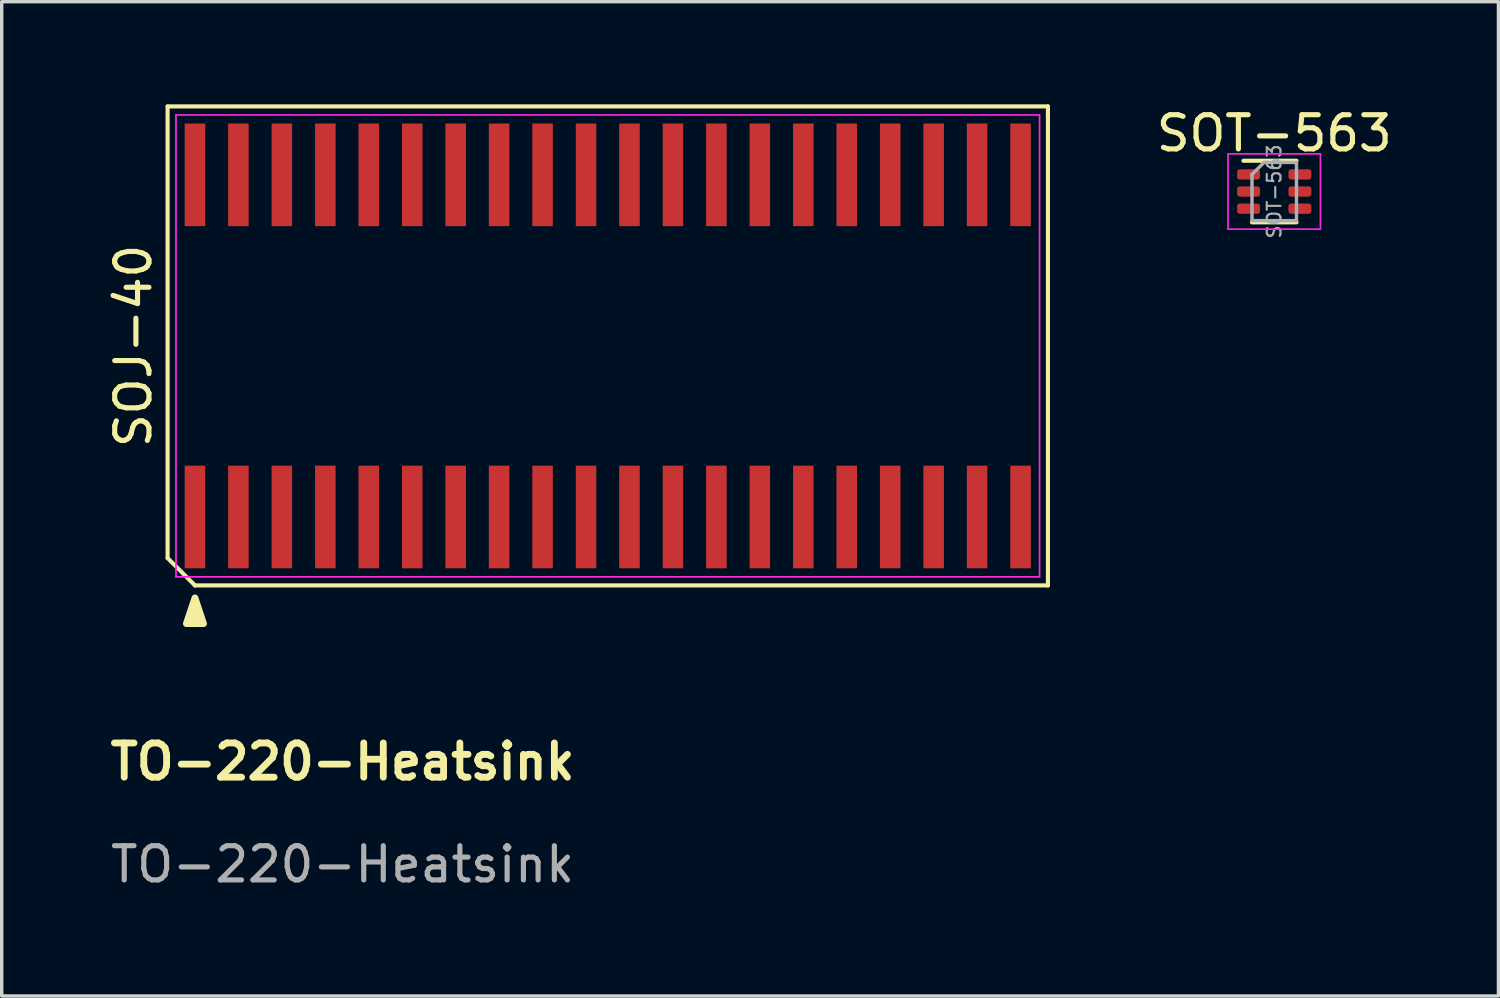
<source format=kicad_pcb>
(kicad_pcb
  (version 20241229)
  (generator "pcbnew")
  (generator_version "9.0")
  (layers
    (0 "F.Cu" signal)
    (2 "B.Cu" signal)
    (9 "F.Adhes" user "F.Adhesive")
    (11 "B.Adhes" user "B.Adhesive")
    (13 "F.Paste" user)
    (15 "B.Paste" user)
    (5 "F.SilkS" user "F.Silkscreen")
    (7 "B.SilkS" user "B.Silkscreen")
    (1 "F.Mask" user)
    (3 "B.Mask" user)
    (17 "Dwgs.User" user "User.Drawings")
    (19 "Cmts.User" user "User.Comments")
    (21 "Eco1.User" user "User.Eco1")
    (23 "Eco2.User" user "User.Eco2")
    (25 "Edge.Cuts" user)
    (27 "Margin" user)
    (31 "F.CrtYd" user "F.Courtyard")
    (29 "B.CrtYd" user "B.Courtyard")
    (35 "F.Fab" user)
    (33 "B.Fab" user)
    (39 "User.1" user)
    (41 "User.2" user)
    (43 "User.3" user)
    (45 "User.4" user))
  (footprint "SOJ-40"
    (layer "F.Cu")
    (at 14.713 7.06)
    (property "Reference" "SOJ-40" (at -13.865 0 90) (layer "F.SilkS") (effects (font (size 1 1) (thickness 0.15))))
    (attr smd)
    (fp_line (start -12.865 -7) (end 12.865 -7) (stroke (width 0.12) (type default)) (layer "F.SilkS"))
    (fp_line (start -12.865 6.2) (end -12.865 -7) (stroke (width 0.12) (type default)) (layer "F.SilkS"))
    (fp_line (start -12.065 7) (end -12.865 6.2) (stroke (width 0.12) (type default)) (layer "F.SilkS"))
    (fp_line (start 12.865 -7) (end 12.865 7) (stroke (width 0.12) (type default)) (layer "F.SilkS"))
    (fp_line (start 12.865 7) (end -12.065 7) (stroke (width 0.12) (type default)) (layer "F.SilkS"))
    (fp_poly (pts (xy -12.065 7.366) (xy -12.315 8.116) (xy -11.815 8.116)) (stroke (width 0.2) (type solid)) (fill yes) (layer "F.SilkS"))
    (fp_line (start -12.62 -6.75) (end 12.62 -6.75) (stroke (width 0.05) (type default)) (layer "F.CrtYd"))
    (fp_line (start -12.62 6.75) (end -12.62 -6.75) (stroke (width 0.05) (type default)) (layer "F.CrtYd"))
    (fp_line (start 12.62 -6.75) (end 12.62 6.75) (stroke (width 0.05) (type default)) (layer "F.CrtYd"))
    (fp_line (start 12.62 6.75) (end -12.62 6.75) (stroke (width 0.05) (type default)) (layer "F.CrtYd"))
    (pad "1" smd rect (at -12.065 5) (size 0.6 3) (layers "F.Cu" "F.Mask" "F.Paste"))
    (pad "2" smd rect (at -10.795 5) (size 0.6 3) (layers "F.Cu" "F.Mask" "F.Paste"))
    (pad "3" smd rect (at -9.525 5) (size 0.6 3) (layers "F.Cu" "F.Mask" "F.Paste"))
    (pad "4" smd rect (at -8.255 5) (size 0.6 3) (layers "F.Cu" "F.Mask" "F.Paste"))
    (pad "5" smd rect (at -6.985 5) (size 0.6 3) (layers "F.Cu" "F.Mask" "F.Paste"))
    (pad "6" smd rect (at -5.715 5) (size 0.6 3) (layers "F.Cu" "F.Mask" "F.Paste"))
    (pad "7" smd rect (at -4.445 5) (size 0.6 3) (layers "F.Cu" "F.Mask" "F.Paste"))
    (pad "8" smd rect (at -3.175 5) (size 0.6 3) (layers "F.Cu" "F.Mask" "F.Paste"))
    (pad "9" smd rect (at -1.905 5) (size 0.6 3) (layers "F.Cu" "F.Mask" "F.Paste"))
    (pad "10" smd rect (at -0.635 5) (size 0.6 3) (layers "F.Cu" "F.Mask" "F.Paste"))
    (pad "11" smd rect (at 0.635 5) (size 0.6 3) (layers "F.Cu" "F.Mask" "F.Paste"))
    (pad "12" smd rect (at 1.905 5) (size 0.6 3) (layers "F.Cu" "F.Mask" "F.Paste"))
    (pad "13" smd rect (at 3.175 5) (size 0.6 3) (layers "F.Cu" "F.Mask" "F.Paste"))
    (pad "14" smd rect (at 4.445 5) (size 0.6 3) (layers "F.Cu" "F.Mask" "F.Paste"))
    (pad "15" smd rect (at 5.715 5) (size 0.6 3) (layers "F.Cu" "F.Mask" "F.Paste"))
    (pad "16" smd rect (at 6.985 5) (size 0.6 3) (layers "F.Cu" "F.Mask" "F.Paste"))
    (pad "17" smd rect (at 8.255 5) (size 0.6 3) (layers "F.Cu" "F.Mask" "F.Paste"))
    (pad "18" smd rect (at 9.525 5) (size 0.6 3) (layers "F.Cu" "F.Mask" "F.Paste"))
    (pad "19" smd rect (at 10.795 5) (size 0.6 3) (layers "F.Cu" "F.Mask" "F.Paste"))
    (pad "20" smd rect (at 12.065 5) (size 0.6 3) (layers "F.Cu" "F.Mask" "F.Paste"))
    (pad "21" smd rect (at 12.065 -5) (size 0.6 3) (layers "F.Cu" "F.Mask" "F.Paste"))
    (pad "22" smd rect (at 10.795 -5) (size 0.6 3) (layers "F.Cu" "F.Mask" "F.Paste"))
    (pad "23" smd rect (at 9.525 -5) (size 0.6 3) (layers "F.Cu" "F.Mask" "F.Paste"))
    (pad "24" smd rect (at 8.255 -5) (size 0.6 3) (layers "F.Cu" "F.Mask" "F.Paste"))
    (pad "25" smd rect (at 6.985 -5) (size 0.6 3) (layers "F.Cu" "F.Mask" "F.Paste"))
    (pad "26" smd rect (at 5.715 -5) (size 0.6 3) (layers "F.Cu" "F.Mask" "F.Paste"))
    (pad "27" smd rect (at 4.445 -5) (size 0.6 3) (layers "F.Cu" "F.Mask" "F.Paste"))
    (pad "28" smd rect (at 3.175 -5) (size 0.6 3) (layers "F.Cu" "F.Mask" "F.Paste"))
    (pad "29" smd rect (at 1.905 -5) (size 0.6 3) (layers "F.Cu" "F.Mask" "F.Paste"))
    (pad "30" smd rect (at 0.635 -5) (size 0.6 3) (layers "F.Cu" "F.Mask" "F.Paste"))
    (pad "31" smd rect (at -0.635 -5) (size 0.6 3) (layers "F.Cu" "F.Mask" "F.Paste"))
    (pad "32" smd rect (at -1.905 -5) (size 0.6 3) (layers "F.Cu" "F.Mask" "F.Paste"))
    (pad "33" smd rect (at -3.175 -5) (size 0.6 3) (layers "F.Cu" "F.Mask" "F.Paste"))
    (pad "34" smd rect (at -4.445 -5) (size 0.6 3) (layers "F.Cu" "F.Mask" "F.Paste"))
    (pad "35" smd rect (at -5.715 -5) (size 0.6 3) (layers "F.Cu" "F.Mask" "F.Paste"))
    (pad "36" smd rect (at -6.985 -5) (size 0.6 3) (layers "F.Cu" "F.Mask" "F.Paste"))
    (pad "37" smd rect (at -8.255 -5) (size 0.6 3) (layers "F.Cu" "F.Mask" "F.Paste"))
    (pad "38" smd rect (at -9.525 -5) (size 0.6 3) (layers "F.Cu" "F.Mask" "F.Paste"))
    (pad "39" smd rect (at -10.795 -5) (size 0.6 3) (layers "F.Cu" "F.Mask" "F.Paste"))
    (pad "40" smd rect (at -12.065 -5) (size 0.6 3) (layers "F.Cu" "F.Mask" "F.Paste")))
  (footprint "SOT-563"
    (layer "F.Cu")
    (at 34.192 2.548)
    (property "Reference" "SOT-563" (at 0 -1.7 0) (layer "F.SilkS") (effects (font (size 1 1) (thickness 0.15))))
    (attr smd)
    (fp_line (start -0.9 -0.9) (end 0.65 -0.9) (stroke (width 0.12) (type solid)) (layer "F.SilkS"))
    (fp_line (start 0.65 0.9) (end -0.65 0.9) (stroke (width 0.12) (type solid)) (layer "F.SilkS"))
    (fp_line (start -1.35 -1.1) (end -1.35 1.1) (stroke (width 0.05) (type solid)) (layer "F.CrtYd"))
    (fp_line (start -1.35 -1.1) (end 1.35 -1.1) (stroke (width 0.05) (type solid)) (layer "F.CrtYd"))
    (fp_line (start 1.35 1.1) (end -1.35 1.1) (stroke (width 0.05) (type solid)) (layer "F.CrtYd"))
    (fp_line (start 1.35 1.1) (end 1.35 -1.1) (stroke (width 0.05) (type solid)) (layer "F.CrtYd"))
    (fp_line (start -0.65 -0.5) (end -0.65 0.85) (stroke (width 0.1) (type solid)) (layer "F.Fab"))
    (fp_line (start -0.65 -0.5) (end -0.3 -0.85) (stroke (width 0.1) (type solid)) (layer "F.Fab"))
    (fp_line (start -0.65 0.85) (end 0.65 0.85) (stroke (width 0.1) (type solid)) (layer "F.Fab"))
    (fp_line (start 0.65 -0.85) (end -0.3 -0.85) (stroke (width 0.1) (type solid)) (layer "F.Fab"))
    (fp_line (start 0.65 0.85) (end 0.65 -0.85) (stroke (width 0.1) (type solid)) (layer "F.Fab"))
    (fp_text user "${REFERENCE}" (at 0 0 90) (layer "F.Fab") (effects (font (size 0.4 0.4) (thickness 0.062))))
    (pad "1" smd roundrect (at -0.75 -0.5) (size 0.67 0.3) (layers "F.Cu" "F.Mask" "F.Paste") (roundrect_rratio 0.25))
    (pad "2" smd roundrect (at -0.75 0) (size 0.67 0.3) (layers "F.Cu" "F.Mask" "F.Paste") (roundrect_rratio 0.25))
    (pad "3" smd roundrect (at -0.75 0.5) (size 0.67 0.3) (layers "F.Cu" "F.Mask" "F.Paste") (roundrect_rratio 0.25))
    (pad "4" smd roundrect (at 0.75 0.5) (size 0.67 0.3) (layers "F.Cu" "F.Mask" "F.Paste") (roundrect_rratio 0.25))
    (pad "5" smd roundrect (at 0.75 0) (size 0.67 0.3) (layers "F.Cu" "F.Mask" "F.Paste") (roundrect_rratio 0.25))
    (pad "6" smd roundrect (at 0.75 -0.5) (size 0.67 0.3) (layers "F.Cu" "F.Mask" "F.Paste") (roundrect_rratio 0.25)))
  (footprint "TO-220-Heatsink"
    (layer "F.Cu")
    (at 6.962 19.712)
    (property "Reference" "TO-220-Heatsink" (at 0 -0.5 0) (unlocked yes) (layer "F.SilkS") (effects (font (size 1 1) (thickness 0.2))))
    (attr through_hole)
    (fp_text user "${REFERENCE}" (at 0 2.5 0) (unlocked yes) (layer "F.Fab") (effects (font (size 1 1) (thickness 0.15)))))
  (gr_rect
    (start -3 -3)
    (end 40.745 26.06)
    (stroke (width 0.1) (type default))
    (fill no)
    (layer "Edge.Cuts")))
</source>
